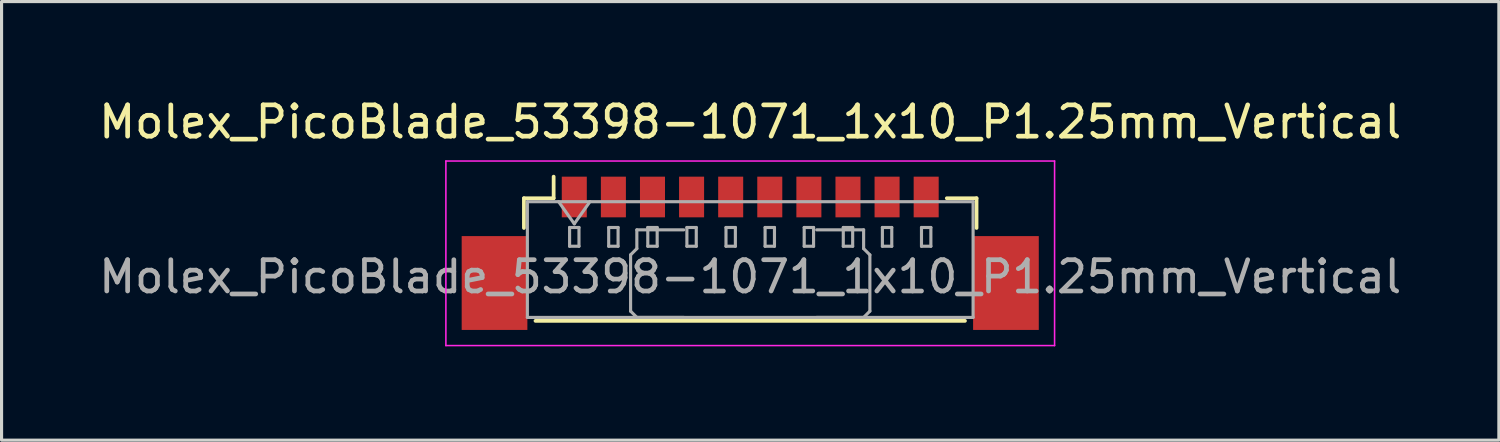
<source format=kicad_pcb>
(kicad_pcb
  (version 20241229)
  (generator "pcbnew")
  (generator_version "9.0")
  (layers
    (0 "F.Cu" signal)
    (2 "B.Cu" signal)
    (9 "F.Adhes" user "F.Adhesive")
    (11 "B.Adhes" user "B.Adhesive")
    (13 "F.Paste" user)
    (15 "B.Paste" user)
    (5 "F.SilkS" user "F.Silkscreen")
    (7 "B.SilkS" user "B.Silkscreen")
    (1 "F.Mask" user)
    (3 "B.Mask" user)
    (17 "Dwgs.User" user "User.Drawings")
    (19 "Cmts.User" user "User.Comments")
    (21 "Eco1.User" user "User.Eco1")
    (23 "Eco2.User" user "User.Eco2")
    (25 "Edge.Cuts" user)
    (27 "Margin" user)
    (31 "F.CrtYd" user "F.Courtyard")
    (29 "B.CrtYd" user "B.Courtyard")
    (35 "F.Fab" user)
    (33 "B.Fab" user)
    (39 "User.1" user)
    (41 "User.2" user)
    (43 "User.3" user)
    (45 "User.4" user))
  (footprint "Molex_PicoBlade_53398-1071_1x10_P1.25mm_Vertical"
    (layer "F.Cu")
    (at 20.935 5.048)
    (property "Reference" "Molex_PicoBlade_53398-1071_1x10_P1.25mm_Vertical" (at 0 -4.2 0) (layer "F.SilkS") (effects (font (size 1 1) (thickness 0.15))))
    (attr smd)
    (fp_line (start -7.235 -1.76) (end -6.285 -1.76) (stroke (width 0.12) (type solid)) (layer "F.SilkS"))
    (fp_line (start -7.235 -0.81) (end -7.235 -1.76) (stroke (width 0.12) (type solid)) (layer "F.SilkS"))
    (fp_line (start -6.865 2.16) (end 6.865 2.16) (stroke (width 0.12) (type solid)) (layer "F.SilkS"))
    (fp_line (start -6.285 -1.76) (end -6.285 -2.45) (stroke (width 0.12) (type solid)) (layer "F.SilkS"))
    (fp_line (start 7.235 -1.76) (end 6.285 -1.76) (stroke (width 0.12) (type solid)) (layer "F.SilkS"))
    (fp_line (start 7.235 -0.81) (end 7.235 -1.76) (stroke (width 0.12) (type solid)) (layer "F.SilkS"))
    (fp_line (start -9.73 -2.95) (end -9.73 2.95) (stroke (width 0.05) (type solid)) (layer "F.CrtYd"))
    (fp_line (start -9.73 2.95) (end 9.73 2.95) (stroke (width 0.05) (type solid)) (layer "F.CrtYd"))
    (fp_line (start 9.73 -2.95) (end -9.73 -2.95) (stroke (width 0.05) (type solid)) (layer "F.CrtYd"))
    (fp_line (start 9.73 2.95) (end 9.73 -2.95) (stroke (width 0.05) (type solid)) (layer "F.CrtYd"))
    (fp_line (start -7.125 -1.65) (end -7.125 2.05) (stroke (width 0.1) (type solid)) (layer "F.Fab"))
    (fp_line (start -7.125 -1.65) (end 7.125 -1.65) (stroke (width 0.1) (type solid)) (layer "F.Fab"))
    (fp_line (start -7.125 2.05) (end 7.125 2.05) (stroke (width 0.1) (type solid)) (layer "F.Fab"))
    (fp_line (start -6.125 -1.65) (end -5.625 -0.943) (stroke (width 0.1) (type solid)) (layer "F.Fab"))
    (fp_line (start -5.775 -0.825) (end -5.775 -0.225) (stroke (width 0.1) (type solid)) (layer "F.Fab"))
    (fp_line (start -5.775 -0.225) (end -5.475 -0.225) (stroke (width 0.1) (type solid)) (layer "F.Fab"))
    (fp_line (start -5.625 -0.943) (end -5.125 -1.65) (stroke (width 0.1) (type solid)) (layer "F.Fab"))
    (fp_line (start -5.475 -0.825) (end -5.775 -0.825) (stroke (width 0.1) (type solid)) (layer "F.Fab"))
    (fp_line (start -5.475 -0.225) (end -5.475 -0.825) (stroke (width 0.1) (type solid)) (layer "F.Fab"))
    (fp_line (start -4.525 -0.825) (end -4.525 -0.225) (stroke (width 0.1) (type solid)) (layer "F.Fab"))
    (fp_line (start -4.525 -0.225) (end -4.225 -0.225) (stroke (width 0.1) (type solid)) (layer "F.Fab"))
    (fp_line (start -4.225 -0.825) (end -4.525 -0.825) (stroke (width 0.1) (type solid)) (layer "F.Fab"))
    (fp_line (start -4.225 -0.225) (end -4.225 -0.825) (stroke (width 0.1) (type solid)) (layer "F.Fab"))
    (fp_line (start -3.825 0.05) (end -3.625 -0.15) (stroke (width 0.1) (type solid)) (layer "F.Fab"))
    (fp_line (start -3.825 1.85) (end -3.825 0.05) (stroke (width 0.1) (type solid)) (layer "F.Fab"))
    (fp_line (start -3.625 -0.75) (end -2.125 -0.75) (stroke (width 0.1) (type solid)) (layer "F.Fab"))
    (fp_line (start -3.625 -0.15) (end -3.625 -0.75) (stroke (width 0.1) (type solid)) (layer "F.Fab"))
    (fp_line (start -3.625 2.05) (end -3.825 1.85) (stroke (width 0.1) (type solid)) (layer "F.Fab"))
    (fp_line (start -3.275 -0.825) (end -3.275 -0.225) (stroke (width 0.1) (type solid)) (layer "F.Fab"))
    (fp_line (start -3.275 -0.225) (end -2.975 -0.225) (stroke (width 0.1) (type solid)) (layer "F.Fab"))
    (fp_line (start -2.975 -0.825) (end -3.275 -0.825) (stroke (width 0.1) (type solid)) (layer "F.Fab"))
    (fp_line (start -2.975 -0.225) (end -2.975 -0.825) (stroke (width 0.1) (type solid)) (layer "F.Fab"))
    (fp_line (start -2.125 2.05) (end -3.625 2.05) (stroke (width 0.1) (type solid)) (layer "F.Fab"))
    (fp_line (start -2.025 -0.825) (end -2.025 -0.225) (stroke (width 0.1) (type solid)) (layer "F.Fab"))
    (fp_line (start -2.025 -0.225) (end -1.725 -0.225) (stroke (width 0.1) (type solid)) (layer "F.Fab"))
    (fp_line (start -1.725 -0.825) (end -2.025 -0.825) (stroke (width 0.1) (type solid)) (layer "F.Fab"))
    (fp_line (start -1.725 -0.225) (end -1.725 -0.825) (stroke (width 0.1) (type solid)) (layer "F.Fab"))
    (fp_line (start -0.775 -0.825) (end -0.775 -0.225) (stroke (width 0.1) (type solid)) (layer "F.Fab"))
    (fp_line (start -0.775 -0.225) (end -0.475 -0.225) (stroke (width 0.1) (type solid)) (layer "F.Fab"))
    (fp_line (start -0.475 -0.825) (end -0.775 -0.825) (stroke (width 0.1) (type solid)) (layer "F.Fab"))
    (fp_line (start -0.475 -0.225) (end -0.475 -0.825) (stroke (width 0.1) (type solid)) (layer "F.Fab"))
    (fp_line (start 0.475 -0.825) (end 0.475 -0.225) (stroke (width 0.1) (type solid)) (layer "F.Fab"))
    (fp_line (start 0.475 -0.225) (end 0.775 -0.225) (stroke (width 0.1) (type solid)) (layer "F.Fab"))
    (fp_line (start 0.775 -0.825) (end 0.475 -0.825) (stroke (width 0.1) (type solid)) (layer "F.Fab"))
    (fp_line (start 0.775 -0.225) (end 0.775 -0.825) (stroke (width 0.1) (type solid)) (layer "F.Fab"))
    (fp_line (start 1.725 -0.825) (end 1.725 -0.225) (stroke (width 0.1) (type solid)) (layer "F.Fab"))
    (fp_line (start 1.725 -0.225) (end 2.025 -0.225) (stroke (width 0.1) (type solid)) (layer "F.Fab"))
    (fp_line (start 2.025 -0.825) (end 1.725 -0.825) (stroke (width 0.1) (type solid)) (layer "F.Fab"))
    (fp_line (start 2.025 -0.225) (end 2.025 -0.825) (stroke (width 0.1) (type solid)) (layer "F.Fab"))
    (fp_line (start 2.125 2.05) (end 3.625 2.05) (stroke (width 0.1) (type solid)) (layer "F.Fab"))
    (fp_line (start 2.975 -0.825) (end 2.975 -0.225) (stroke (width 0.1) (type solid)) (layer "F.Fab"))
    (fp_line (start 2.975 -0.225) (end 3.275 -0.225) (stroke (width 0.1) (type solid)) (layer "F.Fab"))
    (fp_line (start 3.275 -0.825) (end 2.975 -0.825) (stroke (width 0.1) (type solid)) (layer "F.Fab"))
    (fp_line (start 3.275 -0.225) (end 3.275 -0.825) (stroke (width 0.1) (type solid)) (layer "F.Fab"))
    (fp_line (start 3.625 -0.75) (end 2.125 -0.75) (stroke (width 0.1) (type solid)) (layer "F.Fab"))
    (fp_line (start 3.625 -0.15) (end 3.625 -0.75) (stroke (width 0.1) (type solid)) (layer "F.Fab"))
    (fp_line (start 3.625 2.05) (end 3.825 1.85) (stroke (width 0.1) (type solid)) (layer "F.Fab"))
    (fp_line (start 3.825 0.05) (end 3.625 -0.15) (stroke (width 0.1) (type solid)) (layer "F.Fab"))
    (fp_line (start 3.825 1.85) (end 3.825 0.05) (stroke (width 0.1) (type solid)) (layer "F.Fab"))
    (fp_line (start 4.225 -0.825) (end 4.225 -0.225) (stroke (width 0.1) (type solid)) (layer "F.Fab"))
    (fp_line (start 4.225 -0.225) (end 4.525 -0.225) (stroke (width 0.1) (type solid)) (layer "F.Fab"))
    (fp_line (start 4.525 -0.825) (end 4.225 -0.825) (stroke (width 0.1) (type solid)) (layer "F.Fab"))
    (fp_line (start 4.525 -0.225) (end 4.525 -0.825) (stroke (width 0.1) (type solid)) (layer "F.Fab"))
    (fp_line (start 5.475 -0.825) (end 5.475 -0.225) (stroke (width 0.1) (type solid)) (layer "F.Fab"))
    (fp_line (start 5.475 -0.225) (end 5.775 -0.225) (stroke (width 0.1) (type solid)) (layer "F.Fab"))
    (fp_line (start 5.775 -0.825) (end 5.475 -0.825) (stroke (width 0.1) (type solid)) (layer "F.Fab"))
    (fp_line (start 5.775 -0.225) (end 5.775 -0.825) (stroke (width 0.1) (type solid)) (layer "F.Fab"))
    (fp_line (start 7.125 -1.65) (end 7.125 2.05) (stroke (width 0.1) (type solid)) (layer "F.Fab"))
    (fp_text user "${REFERENCE}" (at 0 0.75 0) (layer "F.Fab") (effects (font (size 1 1) (thickness 0.15))))
    (pad "" smd rect (at -8.175 0.95) (size 2.1 3) (layers "F.Cu" "F.Mask" "F.Paste"))
    (pad "" smd rect (at 8.175 0.95) (size 2.1 3) (layers "F.Cu" "F.Mask" "F.Paste"))
    (pad "1" smd rect (at -5.625 -1.8) (size 0.8 1.3) (layers "F.Cu" "F.Mask" "F.Paste"))
    (pad "2" smd rect (at -4.375 -1.8) (size 0.8 1.3) (layers "F.Cu" "F.Mask" "F.Paste"))
    (pad "3" smd rect (at -3.125 -1.8) (size 0.8 1.3) (layers "F.Cu" "F.Mask" "F.Paste"))
    (pad "4" smd rect (at -1.875 -1.8) (size 0.8 1.3) (layers "F.Cu" "F.Mask" "F.Paste"))
    (pad "5" smd rect (at -0.625 -1.8) (size 0.8 1.3) (layers "F.Cu" "F.Mask" "F.Paste"))
    (pad "6" smd rect (at 0.625 -1.8) (size 0.8 1.3) (layers "F.Cu" "F.Mask" "F.Paste"))
    (pad "7" smd rect (at 1.875 -1.8) (size 0.8 1.3) (layers "F.Cu" "F.Mask" "F.Paste"))
    (pad "8" smd rect (at 3.125 -1.8) (size 0.8 1.3) (layers "F.Cu" "F.Mask" "F.Paste"))
    (pad "9" smd rect (at 4.375 -1.8) (size 0.8 1.3) (layers "F.Cu" "F.Mask" "F.Paste"))
    (pad "10" smd rect (at 5.625 -1.8) (size 0.8 1.3) (layers "F.Cu" "F.Mask" "F.Paste")))
  (gr_rect
    (start -3 -3)
    (end 44.869 11.023)
    (stroke (width 0.1) (type default))
    (fill no)
    (layer "Edge.Cuts")))
</source>
